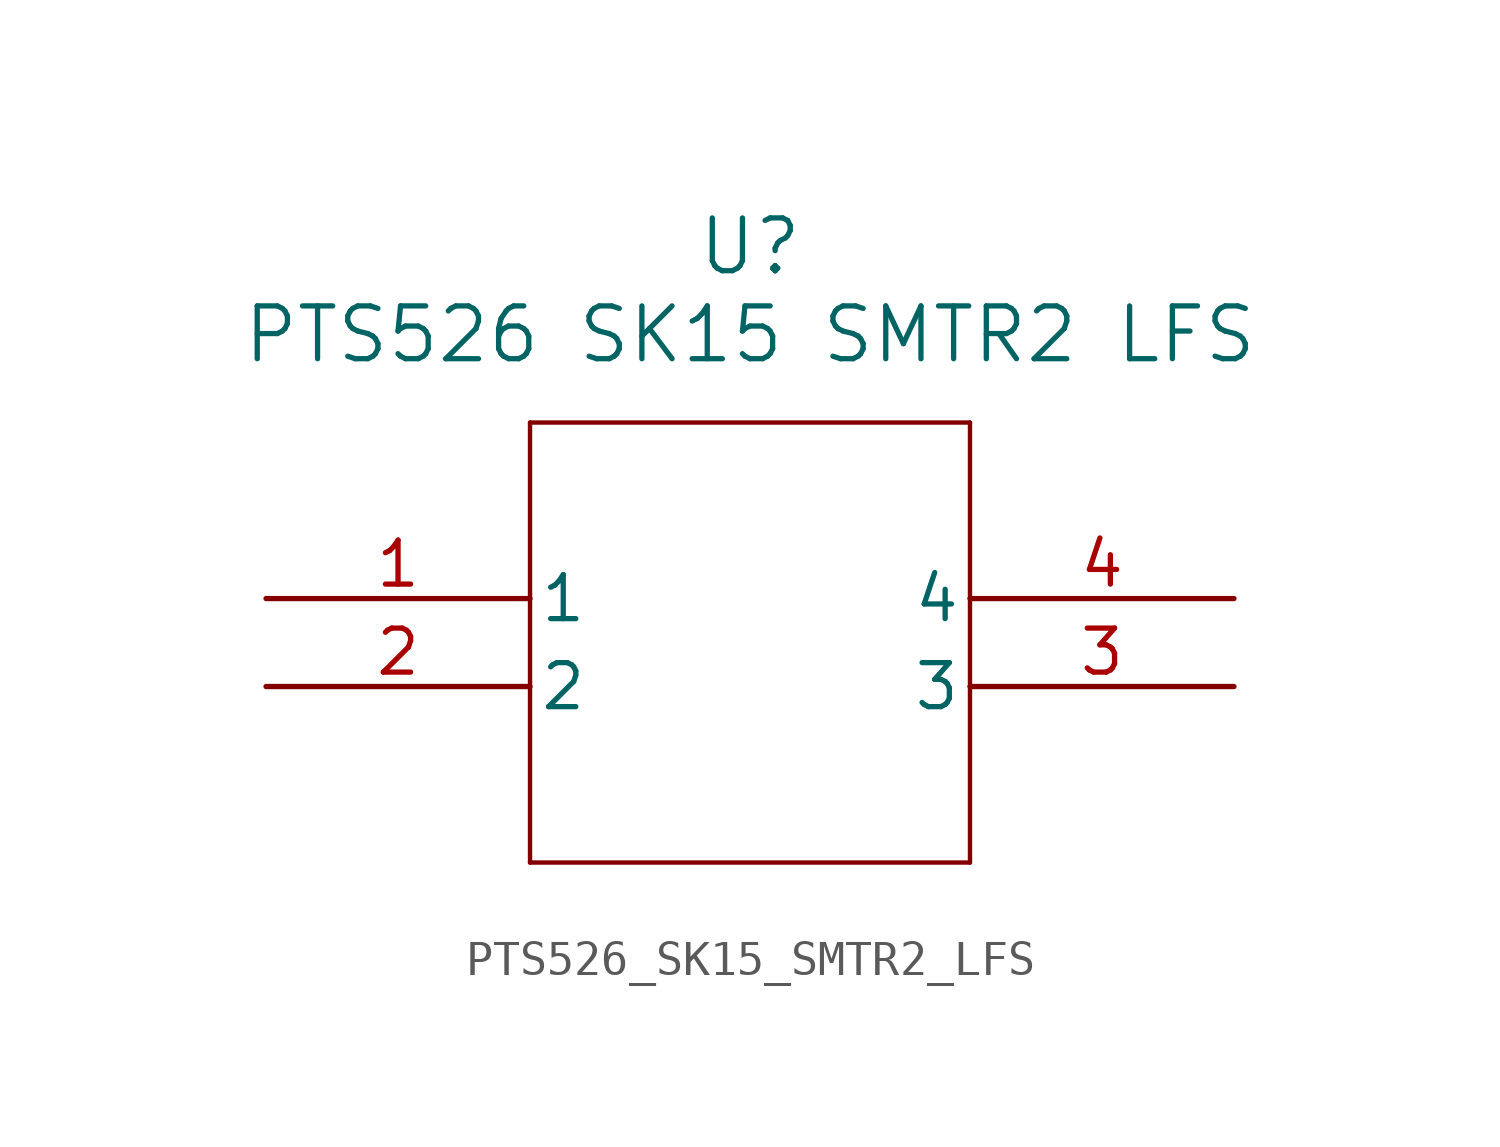
<source format=kicad_sym>
(kicad_symbol_lib
  (version 20220914)
  (generator kicad_symbol_editor)
  (symbol "PTS526_SK15_SMTR2_LFS"
    (pin_names
      (offset 0.254))
    (property "Reference" "U"
      (at 0 11.43 0)
      (effects (font (size 1.524 1.524))))
    (property "Value" "PTS526 SK15 SMTR2 LFS"
      (at 0 8.89 0)
      (effects (font (size 1.524 1.524))))
    (property "ki_locked" ""
      (at 0 0 0)
      (effects (font (size 1.27 1.27))))
    (symbol "PTS526_SK15_SMTR2_LFS_0_1"
      (polyline (pts (xy -6.35 -6.35) (xy 6.35 -6.35)) (stroke (width 0.127) (type default)) (fill (type none)))
      (polyline (pts (xy -6.35 6.35) (xy -6.35 -6.35)) (stroke (width 0.127) (type default)) (fill (type none)))
      (polyline (pts (xy 6.35 -6.35) (xy 6.35 6.35)) (stroke (width 0.127) (type default)) (fill (type none)))
      (polyline (pts (xy 6.35 6.35) (xy -6.35 6.35)) (stroke (width 0.127) (type default)) (fill (type none))))
    (symbol "PTS526_SK15_SMTR2_LFS_1_1"
      (pin passive line (at -13.97 1.27 0) (length 7.62) (name "1" (effects (font (size 1.27 1.27)))) (number "1" (effects (font (size 1.27 1.27)))))
      (pin passive line (at -13.97 -1.27 0) (length 7.62) (name "2" (effects (font (size 1.27 1.27)))) (number "2" (effects (font (size 1.27 1.27)))))
      (pin passive line (at 13.97 -1.27 180) (length 7.62) (name "3" (effects (font (size 1.27 1.27)))) (number "3" (effects (font (size 1.27 1.27)))))
      (pin passive line (at 13.97 1.27 180) (length 7.62) (name "4" (effects (font (size 1.27 1.27)))) (number "4" (effects (font (size 1.27 1.27))))))))
</source>
